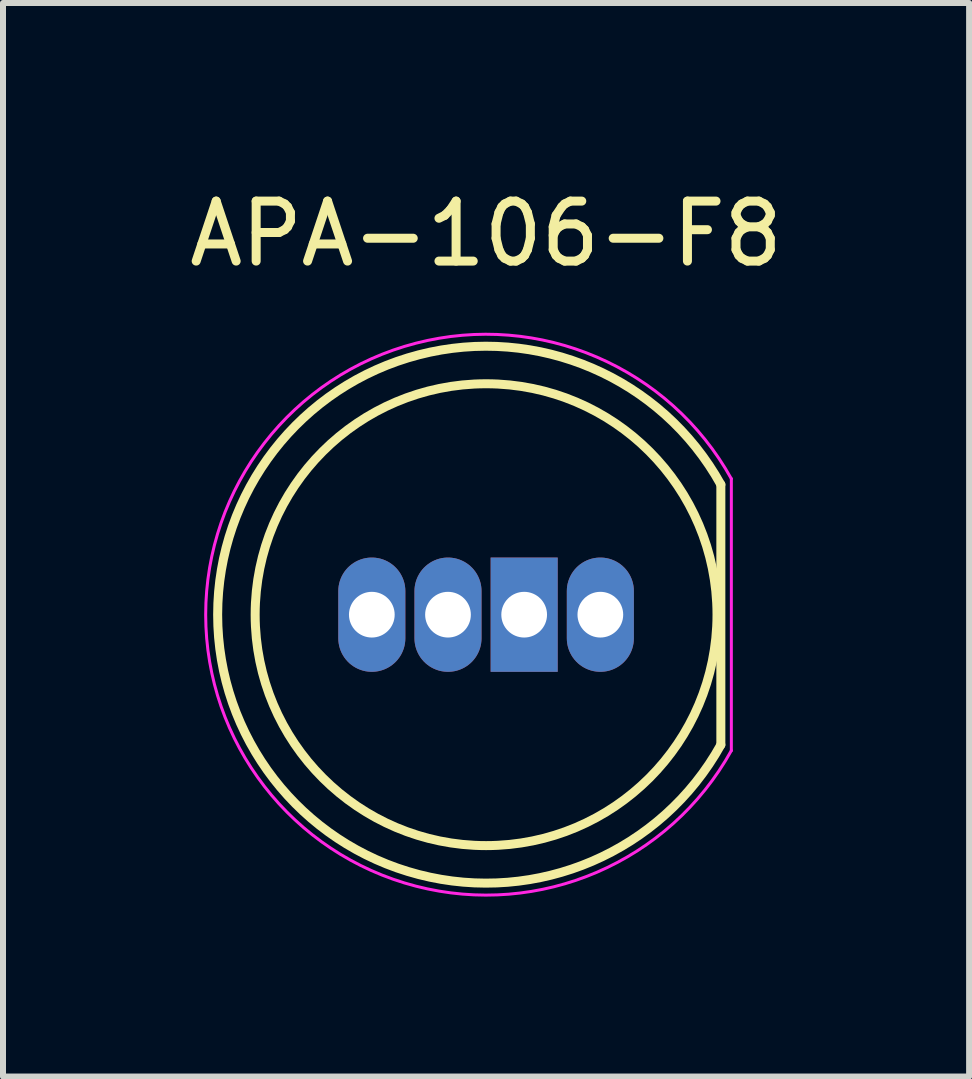
<source format=kicad_pcb>
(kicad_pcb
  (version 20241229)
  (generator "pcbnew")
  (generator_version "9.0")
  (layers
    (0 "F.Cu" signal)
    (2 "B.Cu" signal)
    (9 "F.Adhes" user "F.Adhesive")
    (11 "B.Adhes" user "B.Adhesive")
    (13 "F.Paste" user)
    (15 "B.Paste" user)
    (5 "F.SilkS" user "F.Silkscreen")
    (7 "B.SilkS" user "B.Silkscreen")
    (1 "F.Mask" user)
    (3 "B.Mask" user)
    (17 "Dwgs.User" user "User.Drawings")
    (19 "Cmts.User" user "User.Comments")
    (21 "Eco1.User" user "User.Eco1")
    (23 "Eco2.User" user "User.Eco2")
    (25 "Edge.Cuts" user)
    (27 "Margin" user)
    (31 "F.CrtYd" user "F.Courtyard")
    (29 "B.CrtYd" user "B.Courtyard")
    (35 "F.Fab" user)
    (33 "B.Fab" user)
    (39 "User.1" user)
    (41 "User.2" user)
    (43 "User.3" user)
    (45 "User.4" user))
  (footprint "APA-106-F8"
    (layer "F.Cu")
    (at 5.054 7.198)
    (property "Reference" "APA-106-F8" (at 0 -6.35 180) (layer "F.SilkS") (effects (font (size 1 1) (thickness 0.15))))
    (attr through_hole)
    (fp_line (start 3.914 2.17) (end 3.914 -2.17) (stroke (width 0.15) (type solid)) (layer "F.SilkS"))
    (fp_arc (start 3.914 2.17) (mid -4.475298 -0.00038) (end 3.914368 -2.169335) (stroke (width 0.15) (type solid)) (layer "F.SilkS"))
    (fp_circle (center 0 0) (end 0 3.85) (stroke (width 0.15) (type solid)) (fill no) (layer "F.SilkS"))
    (fp_line (start 4.089 2.266) (end 4.089 -2.266) (stroke (width 0.05) (type solid)) (layer "F.CrtYd"))
    (fp_arc (start 4.089 2.266) (mid -4.674899 0.000498) (end 4.088517 -2.266872) (stroke (width 0.05) (type solid)) (layer "F.CrtYd"))
    (pad "1" thru_hole oval (at -1.905 0 90) (size 1.905 1.118) (drill 0.762) (layers "*.Cu" "*.Mask"))
    (pad "2" thru_hole oval (at -0.635 0 90) (size 1.905 1.118) (drill 0.762) (layers "*.Cu" "*.Mask"))
    (pad "3" thru_hole rect (at 0.635 0 90) (size 1.905 1.118) (drill 0.762) (layers "*.Cu" "*.Mask"))
    (pad "4" thru_hole oval (at 1.905 0 90) (size 1.905 1.118) (drill 0.762) (layers "*.Cu" "*.Mask")))
  (gr_rect
    (start -3 -3)
    (end 13.107 14.898)
    (stroke (width 0.1) (type default))
    (fill no)
    (layer "Edge.Cuts")))
</source>
